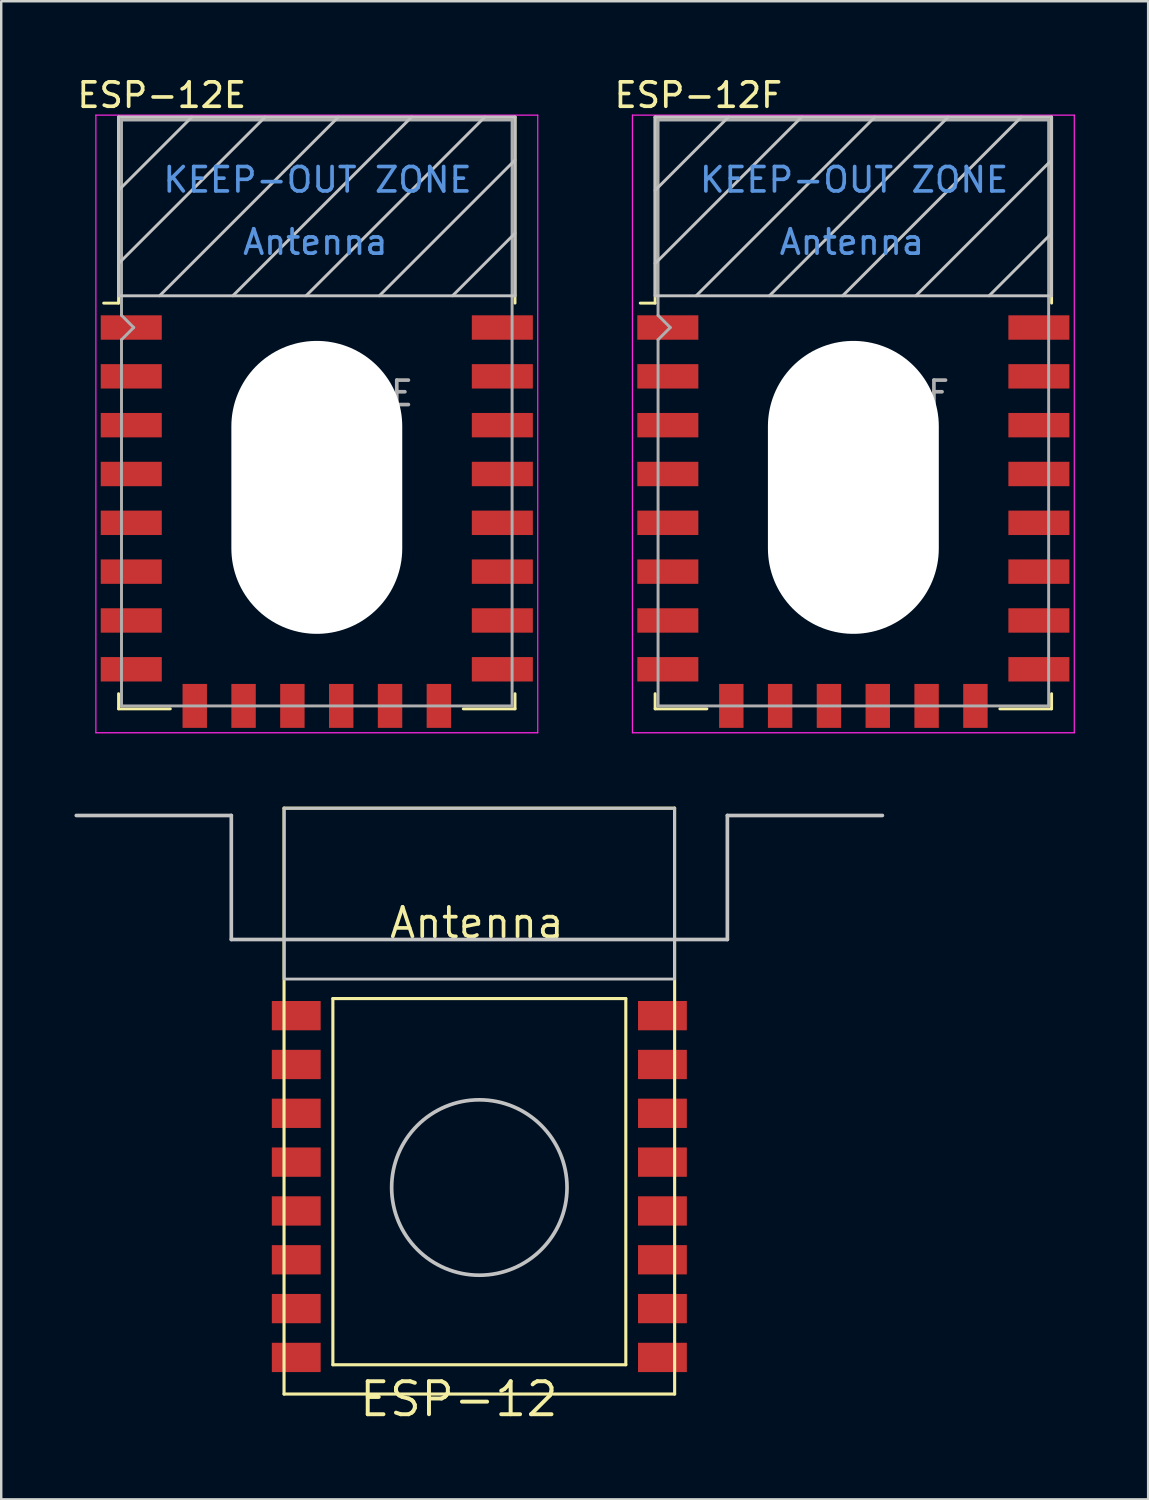
<source format=kicad_pcb>
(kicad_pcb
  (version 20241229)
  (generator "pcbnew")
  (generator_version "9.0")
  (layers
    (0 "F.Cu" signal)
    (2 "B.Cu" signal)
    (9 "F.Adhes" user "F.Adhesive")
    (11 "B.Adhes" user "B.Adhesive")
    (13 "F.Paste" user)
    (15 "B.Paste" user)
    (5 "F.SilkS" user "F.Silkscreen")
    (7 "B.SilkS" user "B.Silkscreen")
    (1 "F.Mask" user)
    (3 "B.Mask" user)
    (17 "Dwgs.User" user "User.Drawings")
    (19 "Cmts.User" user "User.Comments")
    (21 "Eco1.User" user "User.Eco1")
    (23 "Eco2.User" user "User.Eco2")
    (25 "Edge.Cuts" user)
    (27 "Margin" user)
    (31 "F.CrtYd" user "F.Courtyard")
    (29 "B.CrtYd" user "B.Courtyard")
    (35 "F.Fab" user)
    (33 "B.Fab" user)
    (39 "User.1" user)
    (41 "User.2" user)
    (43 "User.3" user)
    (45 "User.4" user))
  (footprint "ESP-12E"
    (layer "F.Cu")
    (at 9.927 13.866)
    (property "Reference" "ESP-12E" (at -6.35 -13.018 0) (layer "F.SilkS") (effects (font (size 1 1) (thickness 0.15))))
    (attr smd)
    (fp_line (start -8.12 -12.12) (end 8.12 -12.12) (stroke (width 0.12) (type solid)) (layer "F.SilkS"))
    (fp_line (start -8.12 -4.5) (end -8.73 -4.5) (stroke (width 0.12) (type solid)) (layer "F.SilkS"))
    (fp_line (start -8.12 -4.5) (end -8.12 -12.12) (stroke (width 0.12) (type solid)) (layer "F.SilkS"))
    (fp_line (start -8.12 12.12) (end -8.12 11.5) (stroke (width 0.12) (type solid)) (layer "F.SilkS"))
    (fp_line (start -6 12.12) (end -8.12 12.12) (stroke (width 0.12) (type solid)) (layer "F.SilkS"))
    (fp_line (start 8.12 -12.12) (end 8.12 -4.5) (stroke (width 0.12) (type solid)) (layer "F.SilkS"))
    (fp_line (start 8.12 11.5) (end 8.12 12.12) (stroke (width 0.12) (type solid)) (layer "F.SilkS"))
    (fp_line (start 8.12 12.12) (end 6 12.12) (stroke (width 0.12) (type solid)) (layer "F.SilkS"))
    (fp_line (start -8.12 -12.12) (end 8.12 -12.12) (stroke (width 0.12) (type solid)) (layer "Dwgs.User"))
    (fp_line (start -8.12 -9.12) (end -5.12 -12.12) (stroke (width 0.12) (type solid)) (layer "Dwgs.User"))
    (fp_line (start -8.12 -6.12) (end -2.12 -12.12) (stroke (width 0.12) (type solid)) (layer "Dwgs.User"))
    (fp_line (start -8.12 -4.8) (end -8.12 -12.12) (stroke (width 0.12) (type solid)) (layer "Dwgs.User"))
    (fp_line (start -6.44 -4.8) (end 0.88 -12.12) (stroke (width 0.12) (type solid)) (layer "Dwgs.User"))
    (fp_line (start -3.44 -4.8) (end 3.88 -12.12) (stroke (width 0.12) (type solid)) (layer "Dwgs.User"))
    (fp_line (start -0.44 -4.8) (end 6.88 -12.12) (stroke (width 0.12) (type solid)) (layer "Dwgs.User"))
    (fp_line (start 2.56 -4.8) (end 8.12 -10.36) (stroke (width 0.12) (type solid)) (layer "Dwgs.User"))
    (fp_line (start 5.56 -4.8) (end 8.12 -7.36) (stroke (width 0.12) (type solid)) (layer "Dwgs.User"))
    (fp_line (start 8.12 -12.12) (end 8.12 -4.8) (stroke (width 0.12) (type solid)) (layer "Dwgs.User"))
    (fp_line (start 8.12 -4.8) (end -8.12 -4.8) (stroke (width 0.12) (type solid)) (layer "Dwgs.User"))
    (fp_line (start -9.05 -12.2) (end 9.05 -12.2) (stroke (width 0.05) (type solid)) (layer "F.CrtYd"))
    (fp_line (start -9.05 13.1) (end -9.05 -12.2) (stroke (width 0.05) (type solid)) (layer "F.CrtYd"))
    (fp_line (start 9.05 -12.2) (end 9.05 13.1) (stroke (width 0.05) (type solid)) (layer "F.CrtYd"))
    (fp_line (start 9.05 13.1) (end -9.05 13.1) (stroke (width 0.05) (type solid)) (layer "F.CrtYd"))
    (fp_line (start -8 -12) (end 8 -12) (stroke (width 0.12) (type solid)) (layer "F.Fab"))
    (fp_line (start -8 -4) (end -8 -12) (stroke (width 0.12) (type solid)) (layer "F.Fab"))
    (fp_line (start -8 -3) (end -7.5 -3.5) (stroke (width 0.12) (type solid)) (layer "F.Fab"))
    (fp_line (start -8 12) (end -8 -3) (stroke (width 0.12) (type solid)) (layer "F.Fab"))
    (fp_line (start -7.5 -3.5) (end -8 -4) (stroke (width 0.12) (type solid)) (layer "F.Fab"))
    (fp_line (start 8 -12) (end 8 12) (stroke (width 0.12) (type solid)) (layer "F.Fab"))
    (fp_line (start 8 12) (end -8 12) (stroke (width 0.12) (type solid)) (layer "F.Fab"))
    (fp_text user "Antenna" (at -0.06 -7 180) (layer "Cmts.User") (effects (font (size 1 1) (thickness 0.15))))
    (fp_text user "KEEP-OUT ZONE" (at 0.03 -9.55 180) (layer "Cmts.User") (effects (font (size 1 1) (thickness 0.15))))
    (fp_text user "${REFERENCE}" (at 0.49 -0.8 0) (layer "F.Fab") (effects (font (size 1 1) (thickness 0.15))))
    (pad "" np_thru_hole oval (at 0 3.048 90) (size 12 7) (drill oval 12 7) (layers "*.Cu" "*.Mask"))
    (pad "1" smd rect (at -7.6 -3.5) (size 2.5 1) (layers "F.Cu" "F.Mask" "F.Paste"))
    (pad "2" smd rect (at -7.6 -1.5) (size 2.5 1) (layers "F.Cu" "F.Mask" "F.Paste"))
    (pad "3" smd rect (at -7.6 0.5) (size 2.5 1) (layers "F.Cu" "F.Mask" "F.Paste"))
    (pad "4" smd rect (at -7.6 2.5) (size 2.5 1) (layers "F.Cu" "F.Mask" "F.Paste"))
    (pad "5" smd rect (at -7.6 4.5) (size 2.5 1) (layers "F.Cu" "F.Mask" "F.Paste"))
    (pad "6" smd rect (at -7.6 6.5) (size 2.5 1) (layers "F.Cu" "F.Mask" "F.Paste"))
    (pad "7" smd rect (at -7.6 8.5) (size 2.5 1) (layers "F.Cu" "F.Mask" "F.Paste"))
    (pad "8" smd rect (at -7.6 10.5) (size 2.5 1) (layers "F.Cu" "F.Mask" "F.Paste"))
    (pad "9" smd rect (at -5 12) (size 1 1.8) (layers "F.Cu" "F.Mask" "F.Paste"))
    (pad "10" smd rect (at -3 12) (size 1 1.8) (layers "F.Cu" "F.Mask" "F.Paste"))
    (pad "11" smd rect (at -1 12) (size 1 1.8) (layers "F.Cu" "F.Mask" "F.Paste"))
    (pad "12" smd rect (at 1 12) (size 1 1.8) (layers "F.Cu" "F.Mask" "F.Paste"))
    (pad "13" smd rect (at 3 12) (size 1 1.8) (layers "F.Cu" "F.Mask" "F.Paste"))
    (pad "14" smd rect (at 5 12) (size 1 1.8) (layers "F.Cu" "F.Mask" "F.Paste"))
    (pad "15" smd rect (at 7.6 10.5) (size 2.5 1) (layers "F.Cu" "F.Mask" "F.Paste"))
    (pad "16" smd rect (at 7.6 8.5) (size 2.5 1) (layers "F.Cu" "F.Mask" "F.Paste"))
    (pad "17" smd rect (at 7.6 6.5) (size 2.5 1) (layers "F.Cu" "F.Mask" "F.Paste"))
    (pad "18" smd rect (at 7.6 4.5) (size 2.5 1) (layers "F.Cu" "F.Mask" "F.Paste"))
    (pad "19" smd rect (at 7.6 2.5) (size 2.5 1) (layers "F.Cu" "F.Mask" "F.Paste"))
    (pad "20" smd rect (at 7.6 0.5) (size 2.5 1) (layers "F.Cu" "F.Mask" "F.Paste"))
    (pad "21" smd rect (at 7.6 -1.5) (size 2.5 1) (layers "F.Cu" "F.Mask" "F.Paste"))
    (pad "22" smd rect (at 7.6 -3.5) (size 2.5 1) (layers "F.Cu" "F.Mask" "F.Paste")))
  (footprint "ESP-12"
    (layer "F.Cu")
    (at 16.585 43.054)
    (property "Reference" "ESP-12" (at -5 12 0) (layer "F.SilkS") (effects (font (size 1.351 1.351) (thickness 0.162)) (justify left bottom)))
    (attr through_hole)
    (fp_line (start -8 -13) (end 8 -13) (stroke (width 0.127) (type solid)) (layer "F.SilkS"))
    (fp_line (start -8 11) (end -8 -13) (stroke (width 0.127) (type solid)) (layer "F.SilkS"))
    (fp_line (start -6 -5.2) (end 6 -5.2) (stroke (width 0.127) (type solid)) (layer "F.SilkS"))
    (fp_line (start -6 9.8) (end -6 -5.2) (stroke (width 0.127) (type solid)) (layer "F.SilkS"))
    (fp_line (start 6 -5.2) (end 6 9.8) (stroke (width 0.127) (type solid)) (layer "F.SilkS"))
    (fp_line (start 6 9.8) (end -6 9.8) (stroke (width 0.127) (type solid)) (layer "F.SilkS"))
    (fp_line (start 8 -13) (end 8 11) (stroke (width 0.127) (type solid)) (layer "F.SilkS"))
    (fp_line (start 8 11) (end -8 11) (stroke (width 0.127) (type solid)) (layer "F.SilkS"))
    (fp_line (start -16.51 -12.7) (end -10.16 -12.7) (stroke (width 0.15) (type solid)) (layer "Dwgs.User"))
    (fp_line (start -10.16 -12.7) (end -10.16 -7.62) (stroke (width 0.15) (type solid)) (layer "Dwgs.User"))
    (fp_line (start -10.16 -7.62) (end 10.16 -7.62) (stroke (width 0.15) (type solid)) (layer "Dwgs.User"))
    (fp_line (start 10.16 -12.7) (end 16.51 -12.7) (stroke (width 0.15) (type solid)) (layer "Dwgs.User"))
    (fp_line (start 10.16 -7.62) (end 10.16 -12.7) (stroke (width 0.15) (type solid)) (layer "Dwgs.User"))
    (fp_circle (center 0 2.54) (end 3.592 2.54) (stroke (width 0.15) (type solid)) (fill no) (layer "Dwgs.User"))
    (fp_poly (pts (xy -8 -6) (xy 8 -6) (xy 8 -13) (xy -8 -13)) (stroke (width 0.1) (type solid)) (fill no) (layer "Dwgs.User"))
    (fp_poly (pts (xy -8 -6) (xy 8 -6) (xy 8 -13) (xy -8 -13)) (stroke (width 0.1) (type solid)) (fill no) (layer "Dwgs.User"))
    (fp_text user "Antenna" (at -0.1 -8.3 0) (layer "F.SilkS") (effects (font (size 1.206 1.206) (thickness 0.152))))
    (pad "1" smd rect (at -7.5 -4.5) (size 2 1.2) (layers "F.Cu" "F.Mask" "F.Paste"))
    (pad "2" smd rect (at -7.5 -2.5) (size 2 1.2) (layers "F.Cu" "F.Mask" "F.Paste"))
    (pad "3" smd rect (at -7.5 -0.5) (size 2 1.2) (layers "F.Cu" "F.Mask" "F.Paste"))
    (pad "4" smd rect (at -7.5 1.5) (size 2 1.2) (layers "F.Cu" "F.Mask" "F.Paste"))
    (pad "5" smd rect (at -7.5 3.5) (size 2 1.2) (layers "F.Cu" "F.Mask" "F.Paste"))
    (pad "6" smd rect (at -7.5 5.5) (size 2 1.2) (layers "F.Cu" "F.Mask" "F.Paste"))
    (pad "7" smd rect (at -7.5 7.5) (size 2 1.2) (layers "F.Cu" "F.Mask" "F.Paste"))
    (pad "8" smd rect (at -7.5 9.5) (size 2 1.2) (layers "F.Cu" "F.Mask" "F.Paste"))
    (pad "9" smd rect (at 7.5 9.5) (size 2 1.2) (layers "F.Cu" "F.Mask" "F.Paste"))
    (pad "10" smd rect (at 7.5 7.5) (size 2 1.2) (layers "F.Cu" "F.Mask" "F.Paste"))
    (pad "11" smd rect (at 7.5 5.5) (size 2 1.2) (layers "F.Cu" "F.Mask" "F.Paste"))
    (pad "12" smd rect (at 7.5 3.5) (size 2 1.2) (layers "F.Cu" "F.Mask" "F.Paste"))
    (pad "13" smd rect (at 7.5 1.5) (size 2 1.2) (layers "F.Cu" "F.Mask" "F.Paste"))
    (pad "14" smd rect (at 7.5 -0.5) (size 2 1.2) (layers "F.Cu" "F.Mask" "F.Paste"))
    (pad "15" smd rect (at 7.5 -2.5) (size 2 1.2) (layers "F.Cu" "F.Mask" "F.Paste"))
    (pad "16" smd rect (at 7.5 -4.5) (size 2 1.2) (layers "F.Cu" "F.Mask" "F.Paste")))
  (footprint "ESP-12F"
    (layer "F.Cu")
    (at 31.906 13.866)
    (property "Reference" "ESP-12F" (at -6.35 -13.018 0) (layer "F.SilkS") (effects (font (size 1 1) (thickness 0.15))))
    (attr smd)
    (fp_line (start -8.12 -12.12) (end 8.12 -12.12) (stroke (width 0.12) (type solid)) (layer "F.SilkS"))
    (fp_line (start -8.12 -4.5) (end -8.73 -4.5) (stroke (width 0.12) (type solid)) (layer "F.SilkS"))
    (fp_line (start -8.12 -4.5) (end -8.12 -12.12) (stroke (width 0.12) (type solid)) (layer "F.SilkS"))
    (fp_line (start -8.12 12.12) (end -8.12 11.5) (stroke (width 0.12) (type solid)) (layer "F.SilkS"))
    (fp_line (start -6 12.12) (end -8.12 12.12) (stroke (width 0.12) (type solid)) (layer "F.SilkS"))
    (fp_line (start 8.12 -12.12) (end 8.12 -4.5) (stroke (width 0.12) (type solid)) (layer "F.SilkS"))
    (fp_line (start 8.12 11.5) (end 8.12 12.12) (stroke (width 0.12) (type solid)) (layer "F.SilkS"))
    (fp_line (start 8.12 12.12) (end 6 12.12) (stroke (width 0.12) (type solid)) (layer "F.SilkS"))
    (fp_line (start -8.12 -12.12) (end 8.12 -12.12) (stroke (width 0.12) (type solid)) (layer "Dwgs.User"))
    (fp_line (start -8.12 -9.12) (end -5.12 -12.12) (stroke (width 0.12) (type solid)) (layer "Dwgs.User"))
    (fp_line (start -8.12 -6.12) (end -2.12 -12.12) (stroke (width 0.12) (type solid)) (layer "Dwgs.User"))
    (fp_line (start -8.12 -4.8) (end -8.12 -12.12) (stroke (width 0.12) (type solid)) (layer "Dwgs.User"))
    (fp_line (start -6.44 -4.8) (end 0.88 -12.12) (stroke (width 0.12) (type solid)) (layer "Dwgs.User"))
    (fp_line (start -3.44 -4.8) (end 3.88 -12.12) (stroke (width 0.12) (type solid)) (layer "Dwgs.User"))
    (fp_line (start -0.44 -4.8) (end 6.88 -12.12) (stroke (width 0.12) (type solid)) (layer "Dwgs.User"))
    (fp_line (start 2.56 -4.8) (end 8.12 -10.36) (stroke (width 0.12) (type solid)) (layer "Dwgs.User"))
    (fp_line (start 5.56 -4.8) (end 8.12 -7.36) (stroke (width 0.12) (type solid)) (layer "Dwgs.User"))
    (fp_line (start 8.12 -12.12) (end 8.12 -4.8) (stroke (width 0.12) (type solid)) (layer "Dwgs.User"))
    (fp_line (start 8.12 -4.8) (end -8.12 -4.8) (stroke (width 0.12) (type solid)) (layer "Dwgs.User"))
    (fp_line (start -9.05 -12.2) (end 9.05 -12.2) (stroke (width 0.05) (type solid)) (layer "F.CrtYd"))
    (fp_line (start -9.05 13.1) (end -9.05 -12.2) (stroke (width 0.05) (type solid)) (layer "F.CrtYd"))
    (fp_line (start 9.05 -12.2) (end 9.05 13.1) (stroke (width 0.05) (type solid)) (layer "F.CrtYd"))
    (fp_line (start 9.05 13.1) (end -9.05 13.1) (stroke (width 0.05) (type solid)) (layer "F.CrtYd"))
    (fp_line (start -8 -12) (end 8 -12) (stroke (width 0.12) (type solid)) (layer "F.Fab"))
    (fp_line (start -8 -4) (end -8 -12) (stroke (width 0.12) (type solid)) (layer "F.Fab"))
    (fp_line (start -8 -3) (end -7.5 -3.5) (stroke (width 0.12) (type solid)) (layer "F.Fab"))
    (fp_line (start -8 12) (end -8 -3) (stroke (width 0.12) (type solid)) (layer "F.Fab"))
    (fp_line (start -7.5 -3.5) (end -8 -4) (stroke (width 0.12) (type solid)) (layer "F.Fab"))
    (fp_line (start 8 -12) (end 8 12) (stroke (width 0.12) (type solid)) (layer "F.Fab"))
    (fp_line (start 8 12) (end -8 12) (stroke (width 0.12) (type solid)) (layer "F.Fab"))
    (fp_text user "KEEP-OUT ZONE" (at 0.03 -9.55 180) (layer "Cmts.User") (effects (font (size 1 1) (thickness 0.15))))
    (fp_text user "Antenna" (at -0.06 -7 180) (layer "Cmts.User") (effects (font (size 1 1) (thickness 0.15))))
    (fp_text user "${REFERENCE}" (at 0.49 -0.8 0) (layer "F.Fab") (effects (font (size 1 1) (thickness 0.15))))
    (pad "" np_thru_hole oval (at 0 3.048 90) (size 12 7) (drill oval 12 7) (layers "*.Cu" "*.Mask"))
    (pad "1" smd rect (at -7.6 -3.5) (size 2.5 1) (layers "F.Cu" "F.Mask" "F.Paste"))
    (pad "2" smd rect (at -7.6 -1.5) (size 2.5 1) (layers "F.Cu" "F.Mask" "F.Paste"))
    (pad "3" smd rect (at -7.6 0.5) (size 2.5 1) (layers "F.Cu" "F.Mask" "F.Paste"))
    (pad "4" smd rect (at -7.6 2.5) (size 2.5 1) (layers "F.Cu" "F.Mask" "F.Paste"))
    (pad "5" smd rect (at -7.6 4.5) (size 2.5 1) (layers "F.Cu" "F.Mask" "F.Paste"))
    (pad "6" smd rect (at -7.6 6.5) (size 2.5 1) (layers "F.Cu" "F.Mask" "F.Paste"))
    (pad "7" smd rect (at -7.6 8.5) (size 2.5 1) (layers "F.Cu" "F.Mask" "F.Paste"))
    (pad "8" smd rect (at -7.6 10.5) (size 2.5 1) (layers "F.Cu" "F.Mask" "F.Paste"))
    (pad "9" smd rect (at -5 12) (size 1 1.8) (layers "F.Cu" "F.Mask" "F.Paste"))
    (pad "10" smd rect (at -3 12) (size 1 1.8) (layers "F.Cu" "F.Mask" "F.Paste"))
    (pad "11" smd rect (at -1 12) (size 1 1.8) (layers "F.Cu" "F.Mask" "F.Paste"))
    (pad "12" smd rect (at 1 12) (size 1 1.8) (layers "F.Cu" "F.Mask" "F.Paste"))
    (pad "13" smd rect (at 3 12) (size 1 1.8) (layers "F.Cu" "F.Mask" "F.Paste"))
    (pad "14" smd rect (at 5 12) (size 1 1.8) (layers "F.Cu" "F.Mask" "F.Paste"))
    (pad "15" smd rect (at 7.6 10.5) (size 2.5 1) (layers "F.Cu" "F.Mask" "F.Paste"))
    (pad "16" smd rect (at 7.6 8.5) (size 2.5 1) (layers "F.Cu" "F.Mask" "F.Paste"))
    (pad "17" smd rect (at 7.6 6.5) (size 2.5 1) (layers "F.Cu" "F.Mask" "F.Paste"))
    (pad "18" smd rect (at 7.6 4.5) (size 2.5 1) (layers "F.Cu" "F.Mask" "F.Paste"))
    (pad "19" smd rect (at 7.6 2.5) (size 2.5 1) (layers "F.Cu" "F.Mask" "F.Paste"))
    (pad "20" smd rect (at 7.6 0.5) (size 2.5 1) (layers "F.Cu" "F.Mask" "F.Paste"))
    (pad "21" smd rect (at 7.6 -1.5) (size 2.5 1) (layers "F.Cu" "F.Mask" "F.Paste"))
    (pad "22" smd rect (at 7.6 -3.5) (size 2.5 1) (layers "F.Cu" "F.Mask" "F.Paste")))
  (gr_rect
    (start -3 -3)
    (end 43.981 58.367)
    (stroke (width 0.1) (type default))
    (fill no)
    (layer "Edge.Cuts")))
</source>
